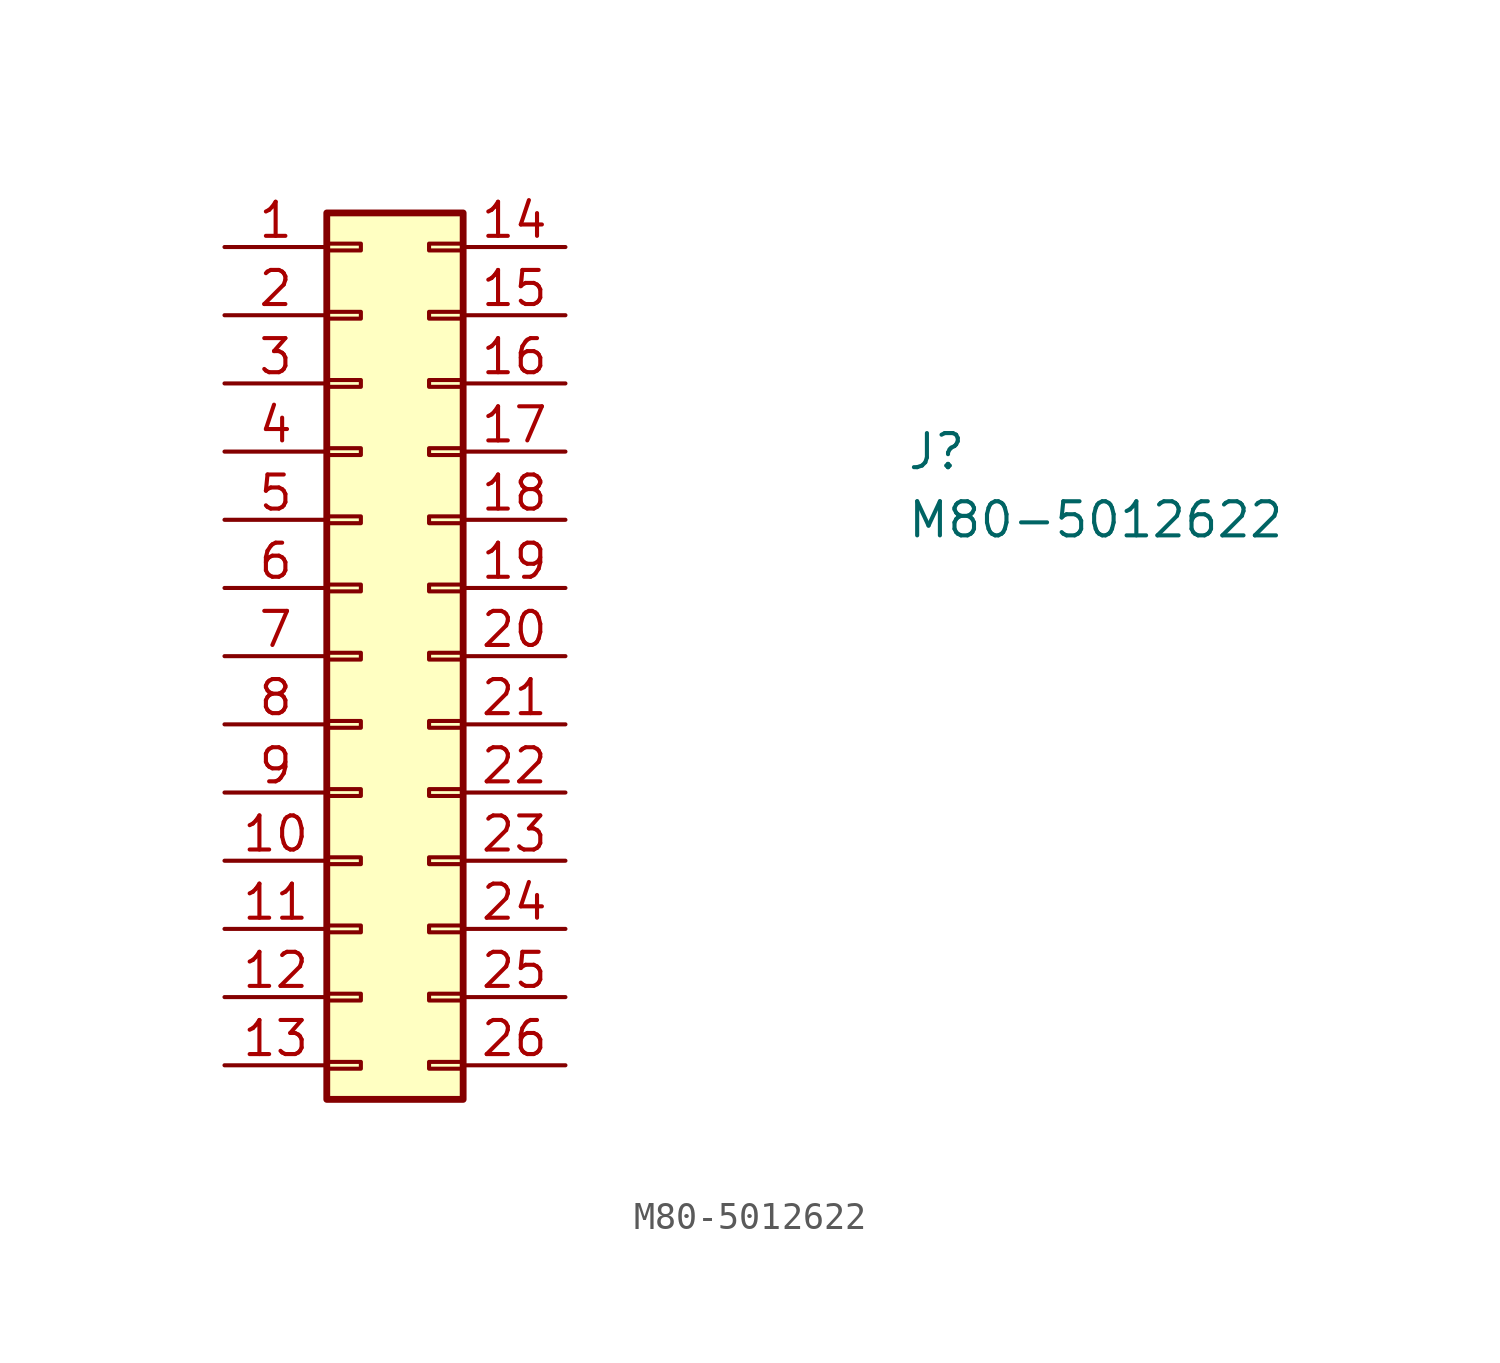
<source format=kicad_sym>
(kicad_symbol_lib
  (version 20211014)
  (generator kicad_symbol_editor)
  (symbol "M80-5012622"
    (pin_names
      (offset 0.762))
    (property "Reference" "J"
      (at 19.05 7.62 0)
      (effects (font (size 1.27 1.27)) (justify left)))
    (property "Value" "M80-5012622"
      (at 19.05 5.08 0)
      (effects (font (size 1.27 1.27)) (justify left)))
    (symbol "M80-5012622_1_1"
      (rectangle (start -2.54 -15.113) (end -1.27 -15.367) (stroke (width 0.152) (type default) (color 0 0 0 0)) (fill (type none)))
      (rectangle (start -2.54 -12.573) (end -1.27 -12.827) (stroke (width 0.152) (type default) (color 0 0 0 0)) (fill (type none)))
      (rectangle (start -2.54 -10.033) (end -1.27 -10.287) (stroke (width 0.152) (type default) (color 0 0 0 0)) (fill (type none)))
      (rectangle (start -2.54 -7.493) (end -1.27 -7.747) (stroke (width 0.152) (type default) (color 0 0 0 0)) (fill (type none)))
      (rectangle (start -2.54 -4.953) (end -1.27 -5.207) (stroke (width 0.152) (type default) (color 0 0 0 0)) (fill (type none)))
      (rectangle (start -2.54 -2.413) (end -1.27 -2.667) (stroke (width 0.152) (type default) (color 0 0 0 0)) (fill (type none)))
      (rectangle (start -2.54 0.127) (end -1.27 -0.127) (stroke (width 0.152) (type default) (color 0 0 0 0)) (fill (type none)))
      (rectangle (start -2.54 2.667) (end -1.27 2.413) (stroke (width 0.152) (type default) (color 0 0 0 0)) (fill (type none)))
      (rectangle (start -2.54 5.207) (end -1.27 4.953) (stroke (width 0.152) (type default) (color 0 0 0 0)) (fill (type none)))
      (rectangle (start -2.54 7.747) (end -1.27 7.493) (stroke (width 0.152) (type default) (color 0 0 0 0)) (fill (type none)))
      (rectangle (start -2.54 10.287) (end -1.27 10.033) (stroke (width 0.152) (type default) (color 0 0 0 0)) (fill (type none)))
      (rectangle (start -2.54 12.827) (end -1.27 12.573) (stroke (width 0.152) (type default) (color 0 0 0 0)) (fill (type none)))
      (rectangle (start -2.54 15.367) (end -1.27 15.113) (stroke (width 0.152) (type default) (color 0 0 0 0)) (fill (type none)))
      (rectangle (start -2.54 16.51) (end 2.54 -16.51) (stroke (width 0.254) (type default) (color 0 0 0 0)) (fill (type background)))
      (rectangle (start 2.54 -15.113) (end 1.27 -15.367) (stroke (width 0.152) (type default) (color 0 0 0 0)) (fill (type none)))
      (rectangle (start 2.54 -12.573) (end 1.27 -12.827) (stroke (width 0.152) (type default) (color 0 0 0 0)) (fill (type none)))
      (rectangle (start 2.54 -10.033) (end 1.27 -10.287) (stroke (width 0.152) (type default) (color 0 0 0 0)) (fill (type none)))
      (rectangle (start 2.54 -7.493) (end 1.27 -7.747) (stroke (width 0.152) (type default) (color 0 0 0 0)) (fill (type none)))
      (rectangle (start 2.54 -4.953) (end 1.27 -5.207) (stroke (width 0.152) (type default) (color 0 0 0 0)) (fill (type none)))
      (rectangle (start 2.54 -2.413) (end 1.27 -2.667) (stroke (width 0.152) (type default) (color 0 0 0 0)) (fill (type none)))
      (rectangle (start 2.54 0.127) (end 1.27 -0.127) (stroke (width 0.152) (type default) (color 0 0 0 0)) (fill (type none)))
      (rectangle (start 2.54 2.667) (end 1.27 2.413) (stroke (width 0.152) (type default) (color 0 0 0 0)) (fill (type none)))
      (rectangle (start 2.54 5.207) (end 1.27 4.953) (stroke (width 0.152) (type default) (color 0 0 0 0)) (fill (type none)))
      (rectangle (start 2.54 7.747) (end 1.27 7.493) (stroke (width 0.152) (type default) (color 0 0 0 0)) (fill (type none)))
      (rectangle (start 2.54 10.287) (end 1.27 10.033) (stroke (width 0.152) (type default) (color 0 0 0 0)) (fill (type none)))
      (rectangle (start 2.54 12.827) (end 1.27 12.573) (stroke (width 0.152) (type default) (color 0 0 0 0)) (fill (type none)))
      (rectangle (start 2.54 15.367) (end 1.27 15.113) (stroke (width 0.152) (type default) (color 0 0 0 0)) (fill (type none)))
      (pin passive line (at -6.35 15.24 0) (length 3.81) (name "" (effects (font (size 1.27 1.27)))) (number "1" (effects (font (size 1.27 1.27)))))
      (pin passive line (at -6.35 -7.62 0) (length 3.81) (name "" (effects (font (size 1.27 1.27)))) (number "10" (effects (font (size 1.27 1.27)))))
      (pin passive line (at -6.35 -10.16 0) (length 3.81) (name "" (effects (font (size 1.27 1.27)))) (number "11" (effects (font (size 1.27 1.27)))))
      (pin passive line (at -6.35 -12.7 0) (length 3.81) (name "" (effects (font (size 1.27 1.27)))) (number "12" (effects (font (size 1.27 1.27)))))
      (pin passive line (at -6.35 -15.24 0) (length 3.81) (name "" (effects (font (size 1.27 1.27)))) (number "13" (effects (font (size 1.27 1.27)))))
      (pin passive line (at 6.35 15.24 180) (length 3.81) (name "" (effects (font (size 1.27 1.27)))) (number "14" (effects (font (size 1.27 1.27)))))
      (pin passive line (at 6.35 12.7 180) (length 3.81) (name "" (effects (font (size 1.27 1.27)))) (number "15" (effects (font (size 1.27 1.27)))))
      (pin passive line (at 6.35 10.16 180) (length 3.81) (name "" (effects (font (size 1.27 1.27)))) (number "16" (effects (font (size 1.27 1.27)))))
      (pin passive line (at 6.35 7.62 180) (length 3.81) (name "" (effects (font (size 1.27 1.27)))) (number "17" (effects (font (size 1.27 1.27)))))
      (pin passive line (at 6.35 5.08 180) (length 3.81) (name "" (effects (font (size 1.27 1.27)))) (number "18" (effects (font (size 1.27 1.27)))))
      (pin passive line (at 6.35 2.54 180) (length 3.81) (name "" (effects (font (size 1.27 1.27)))) (number "19" (effects (font (size 1.27 1.27)))))
      (pin passive line (at -6.35 12.7 0) (length 3.81) (name "" (effects (font (size 1.27 1.27)))) (number "2" (effects (font (size 1.27 1.27)))))
      (pin passive line (at 6.35 0 180) (length 3.81) (name "" (effects (font (size 1.27 1.27)))) (number "20" (effects (font (size 1.27 1.27)))))
      (pin passive line (at 6.35 -2.54 180) (length 3.81) (name "" (effects (font (size 1.27 1.27)))) (number "21" (effects (font (size 1.27 1.27)))))
      (pin passive line (at 6.35 -5.08 180) (length 3.81) (name "" (effects (font (size 1.27 1.27)))) (number "22" (effects (font (size 1.27 1.27)))))
      (pin passive line (at 6.35 -7.62 180) (length 3.81) (name "" (effects (font (size 1.27 1.27)))) (number "23" (effects (font (size 1.27 1.27)))))
      (pin passive line (at 6.35 -10.16 180) (length 3.81) (name "" (effects (font (size 1.27 1.27)))) (number "24" (effects (font (size 1.27 1.27)))))
      (pin passive line (at 6.35 -12.7 180) (length 3.81) (name "" (effects (font (size 1.27 1.27)))) (number "25" (effects (font (size 1.27 1.27)))))
      (pin passive line (at 6.35 -15.24 180) (length 3.81) (name "" (effects (font (size 1.27 1.27)))) (number "26" (effects (font (size 1.27 1.27)))))
      (pin passive line (at -6.35 10.16 0) (length 3.81) (name "" (effects (font (size 1.27 1.27)))) (number "3" (effects (font (size 1.27 1.27)))))
      (pin passive line (at -6.35 7.62 0) (length 3.81) (name "" (effects (font (size 1.27 1.27)))) (number "4" (effects (font (size 1.27 1.27)))))
      (pin passive line (at -6.35 5.08 0) (length 3.81) (name "" (effects (font (size 1.27 1.27)))) (number "5" (effects (font (size 1.27 1.27)))))
      (pin passive line (at -6.35 2.54 0) (length 3.81) (name "" (effects (font (size 1.27 1.27)))) (number "6" (effects (font (size 1.27 1.27)))))
      (pin passive line (at -6.35 0 0) (length 3.81) (name "" (effects (font (size 1.27 1.27)))) (number "7" (effects (font (size 1.27 1.27)))))
      (pin passive line (at -6.35 -2.54 0) (length 3.81) (name "" (effects (font (size 1.27 1.27)))) (number "8" (effects (font (size 1.27 1.27)))))
      (pin passive line (at -6.35 -5.08 0) (length 3.81) (name "" (effects (font (size 1.27 1.27)))) (number "9" (effects (font (size 1.27 1.27))))))))
</source>
